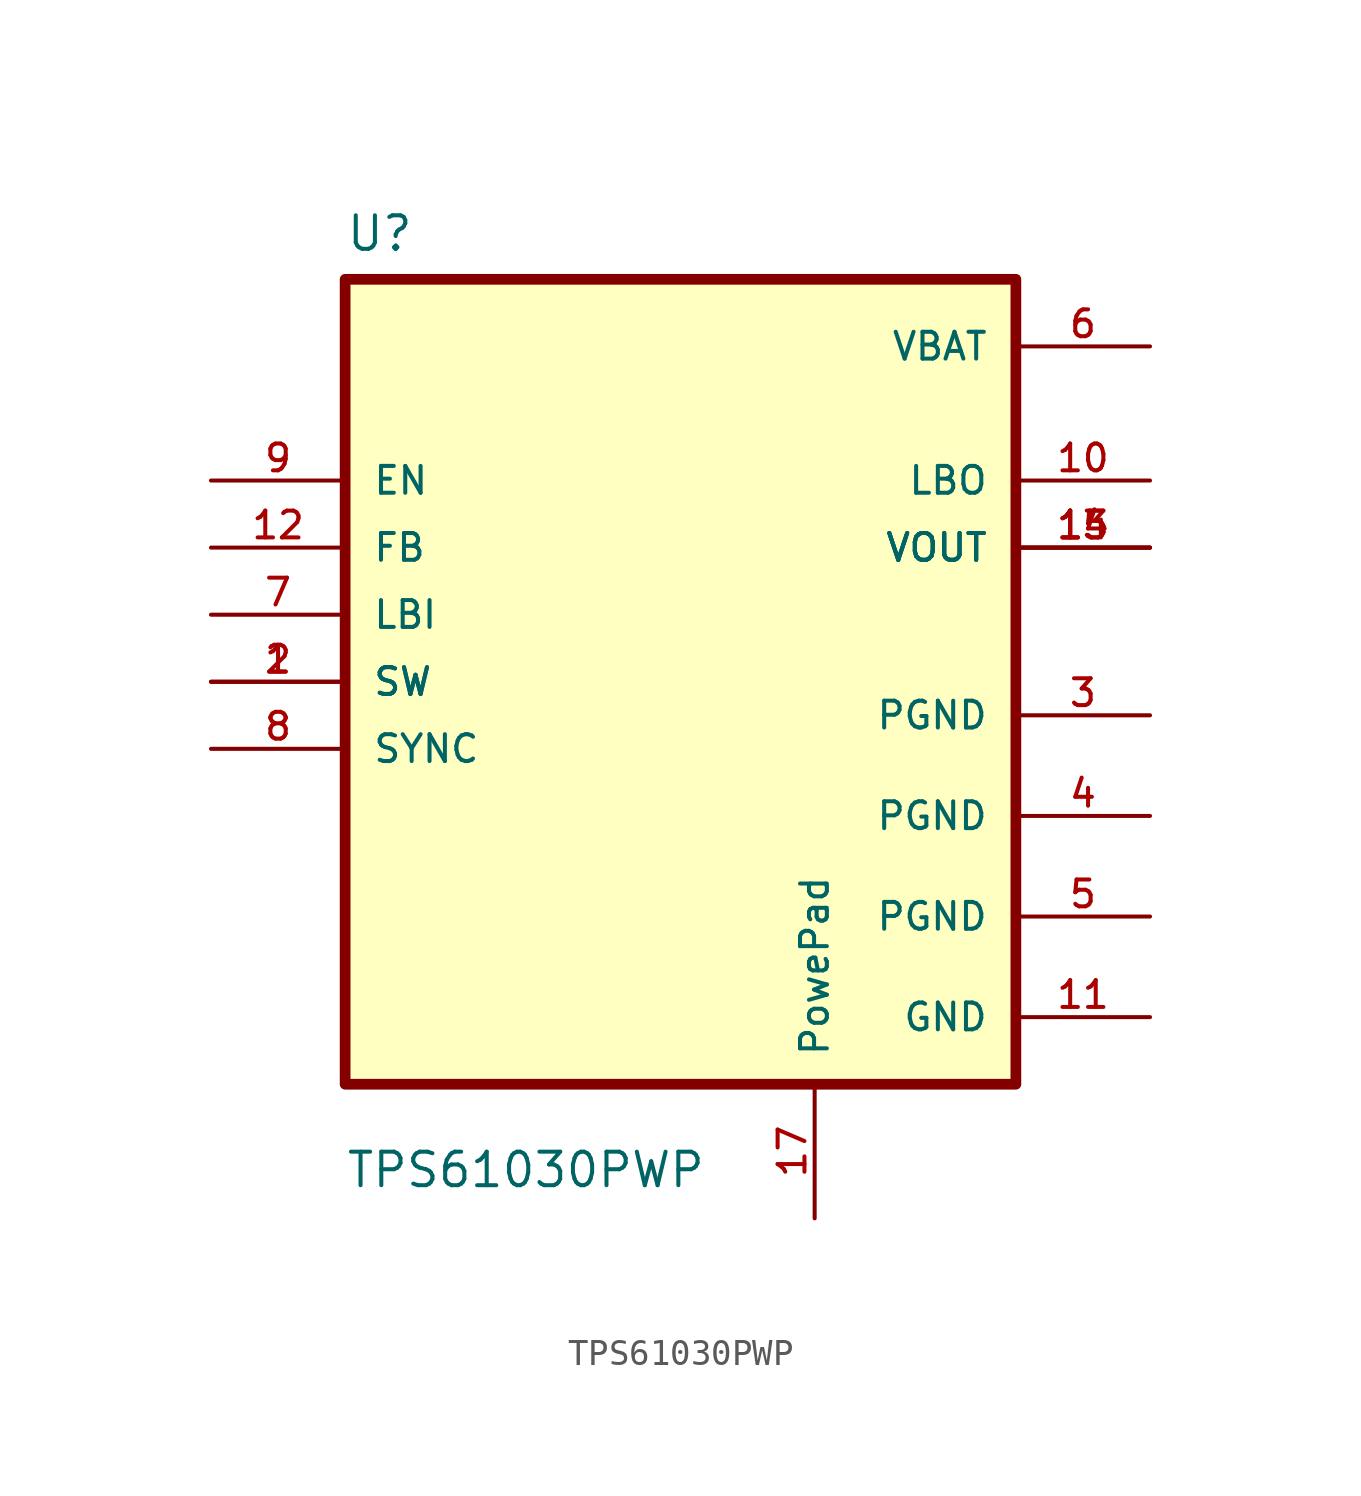
<source format=kicad_sym>
(kicad_symbol_lib
  (version 20211014)
  (generator kicad_symbol_editor)
  (symbol "TPS61030PWP"
    (pin_names
      (offset 1.016))
    (property "Reference" "U"
      (at -12.7 16.231 0)
      (effects (font (size 1.27 1.27)) (justify left bottom)))
    (property "Value" "TPS61030PWP"
      (at -12.7 -19.228 0)
      (effects (font (size 1.27 1.27)) (justify left bottom)))
    (property "ki_locked" ""
      (at 0 0 0)
      (effects (font (size 1.27 1.27))))
    (symbol "TPS61030PWP_0_0"
      (rectangle (start -12.7 -15.24) (end 12.7 15.24) (stroke (width 0.406) (type default) (color 0 0 0 0)) (fill (type background)))
      (pin input line (at -17.78 0 0) (length 5.08) (name "SW" (effects (font (size 1.016 1.016)))) (number "1" (effects (font (size 1.016 1.016)))))
      (pin output line (at 17.78 7.62 180) (length 5.08) (name "LBO" (effects (font (size 1.016 1.016)))) (number "10" (effects (font (size 1.016 1.016)))))
      (pin input line (at 17.78 -12.7 180) (length 5.08) (name "GND" (effects (font (size 1.016 1.016)))) (number "11" (effects (font (size 1.016 1.016)))))
      (pin input line (at -17.78 5.08 0) (length 5.08) (name "FB" (effects (font (size 1.016 1.016)))) (number "12" (effects (font (size 1.016 1.016)))))
      (pin output line (at 17.78 5.08 180) (length 5.08) (name "VOUT" (effects (font (size 1.016 1.016)))) (number "13" (effects (font (size 1.016 1.016)))))
      (pin output line (at 17.78 5.08 180) (length 5.08) (name "VOUT" (effects (font (size 1.016 1.016)))) (number "14" (effects (font (size 1.016 1.016)))))
      (pin output line (at 17.78 5.08 180) (length 5.08) (name "VOUT" (effects (font (size 1.016 1.016)))) (number "15" (effects (font (size 1.016 1.016)))))
      (pin input line (at 5.08 -20.32 90) (length 5.08) (name "PowePad" (effects (font (size 1.016 1.016)))) (number "17" (effects (font (size 1.016 1.016)))))
      (pin input line (at -17.78 0 0) (length 5.08) (name "SW" (effects (font (size 1.016 1.016)))) (number "2" (effects (font (size 1.016 1.016)))))
      (pin input line (at 17.78 -1.27 180) (length 5.08) (name "PGND" (effects (font (size 1.016 1.016)))) (number "3" (effects (font (size 1.016 1.016)))))
      (pin input line (at 17.78 -5.08 180) (length 5.08) (name "PGND" (effects (font (size 1.016 1.016)))) (number "4" (effects (font (size 1.016 1.016)))))
      (pin input line (at 17.78 -8.89 180) (length 5.08) (name "PGND" (effects (font (size 1.016 1.016)))) (number "5" (effects (font (size 1.016 1.016)))))
      (pin power_in line (at 17.78 12.7 180) (length 5.08) (name "VBAT" (effects (font (size 1.016 1.016)))) (number "6" (effects (font (size 1.016 1.016)))))
      (pin input line (at -17.78 2.54 0) (length 5.08) (name "LBI" (effects (font (size 1.016 1.016)))) (number "7" (effects (font (size 1.016 1.016)))))
      (pin input line (at -17.78 -2.54 0) (length 5.08) (name "SYNC" (effects (font (size 1.016 1.016)))) (number "8" (effects (font (size 1.016 1.016)))))
      (pin input line (at -17.78 7.62 0) (length 5.08) (name "EN" (effects (font (size 1.016 1.016)))) (number "9" (effects (font (size 1.016 1.016))))))))
</source>
